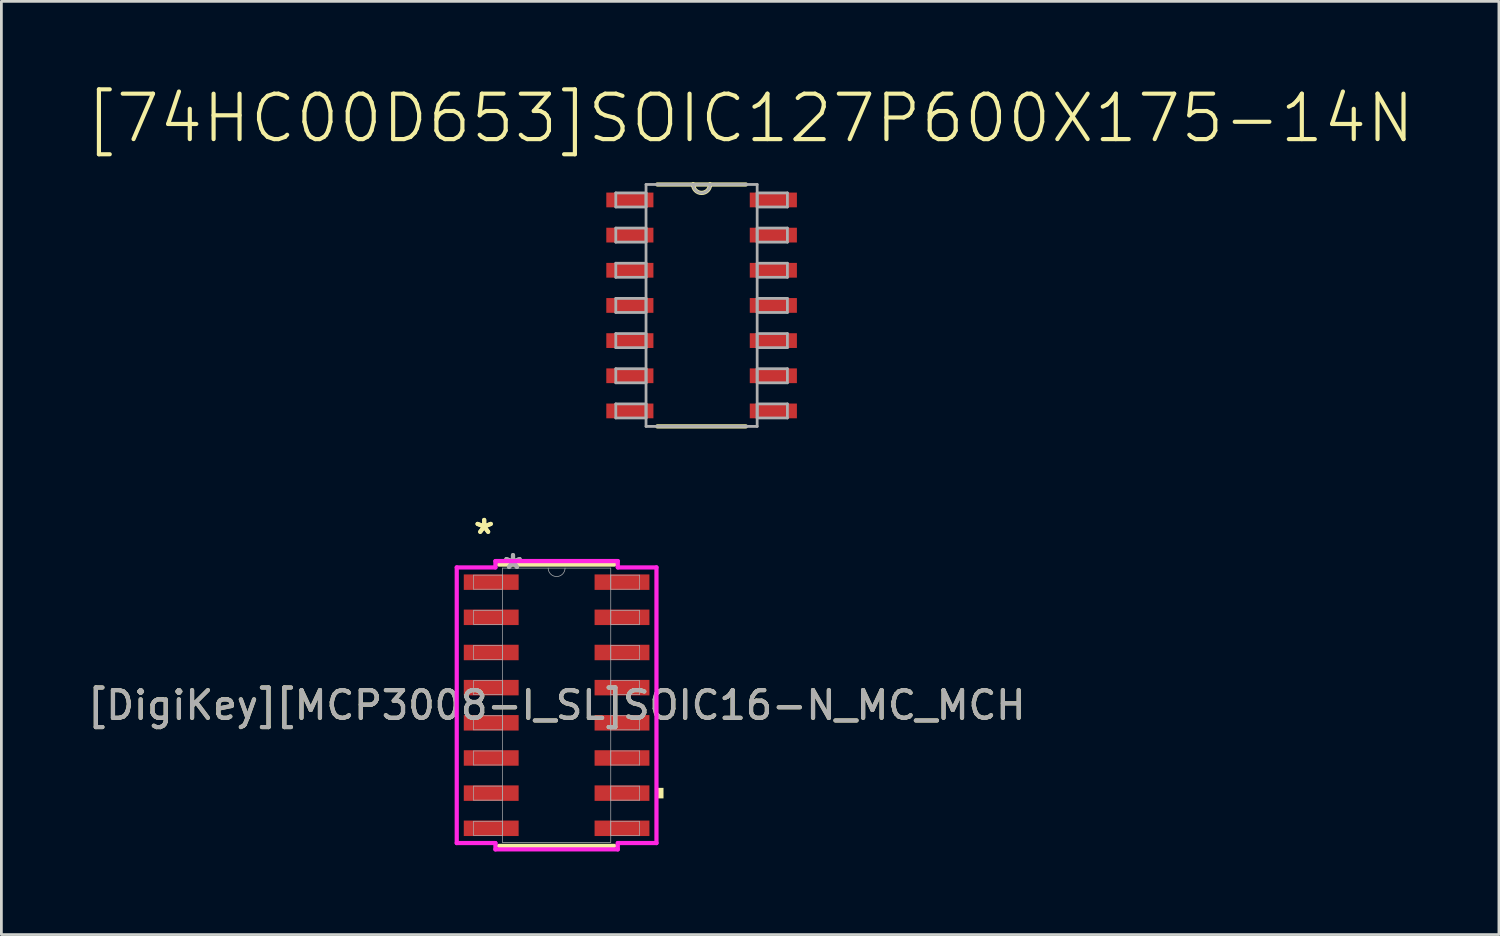
<source format=kicad_pcb>
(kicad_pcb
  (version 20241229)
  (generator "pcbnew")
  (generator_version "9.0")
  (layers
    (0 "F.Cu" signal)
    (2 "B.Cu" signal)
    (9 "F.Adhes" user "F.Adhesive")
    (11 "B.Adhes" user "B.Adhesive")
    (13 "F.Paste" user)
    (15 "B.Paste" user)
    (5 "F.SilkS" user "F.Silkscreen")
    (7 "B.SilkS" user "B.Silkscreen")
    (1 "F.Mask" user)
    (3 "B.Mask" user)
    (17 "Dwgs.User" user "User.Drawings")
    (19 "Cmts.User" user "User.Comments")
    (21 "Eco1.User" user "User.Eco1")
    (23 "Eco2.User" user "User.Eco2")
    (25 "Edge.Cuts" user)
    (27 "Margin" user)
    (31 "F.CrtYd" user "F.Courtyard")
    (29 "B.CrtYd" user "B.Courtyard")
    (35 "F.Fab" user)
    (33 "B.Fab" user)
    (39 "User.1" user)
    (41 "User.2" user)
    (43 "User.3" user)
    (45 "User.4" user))
  (footprint "[74HC00D653]SOIC127P600X175-14N"
    (layer "F.Cu")
    (at 22.291 7.982)
    (property "Reference" "[74HC00D653]SOIC127P600X175-14N" (at 1.753 -6.759 0) (layer "F.SilkS") (effects (font (size 1.641 1.641) (thickness 0.15))))
    (attr smd)
    (fp_line (start -1.6 4.369) (end 1.6 4.369) (stroke (width 0.152) (type solid)) (layer "F.SilkS"))
    (fp_line (start -0.305 -4.369) (end -1.6 -4.369) (stroke (width 0.152) (type solid)) (layer "F.SilkS"))
    (fp_line (start 0.305 -4.369) (end -0.305 -4.369) (stroke (width 0.152) (type solid)) (layer "F.SilkS"))
    (fp_line (start 1.6 -4.369) (end 0.305 -4.369) (stroke (width 0.152) (type solid)) (layer "F.SilkS"))
    (fp_arc (start 0.3048 -4.3688) (mid 0 -4.064) (end -0.3048 -4.3688) (stroke (width 0.1524) (type solid)) (layer "F.SilkS"))
    (fp_line (start -3.099 -4.064) (end -3.099 -3.556) (stroke (width 0.1) (type solid)) (layer "F.Fab"))
    (fp_line (start -3.099 -3.556) (end -2.007 -3.556) (stroke (width 0.1) (type solid)) (layer "F.Fab"))
    (fp_line (start -3.099 -2.794) (end -3.099 -2.286) (stroke (width 0.1) (type solid)) (layer "F.Fab"))
    (fp_line (start -3.099 -2.286) (end -2.007 -2.286) (stroke (width 0.1) (type solid)) (layer "F.Fab"))
    (fp_line (start -3.099 -1.524) (end -3.099 -1.016) (stroke (width 0.1) (type solid)) (layer "F.Fab"))
    (fp_line (start -3.099 -1.016) (end -2.007 -1.016) (stroke (width 0.1) (type solid)) (layer "F.Fab"))
    (fp_line (start -3.099 -0.254) (end -3.099 0.254) (stroke (width 0.1) (type solid)) (layer "F.Fab"))
    (fp_line (start -3.099 0.254) (end -2.007 0.254) (stroke (width 0.1) (type solid)) (layer "F.Fab"))
    (fp_line (start -3.099 1.016) (end -3.099 1.524) (stroke (width 0.1) (type solid)) (layer "F.Fab"))
    (fp_line (start -3.099 1.524) (end -2.007 1.524) (stroke (width 0.1) (type solid)) (layer "F.Fab"))
    (fp_line (start -3.099 2.286) (end -3.099 2.794) (stroke (width 0.1) (type solid)) (layer "F.Fab"))
    (fp_line (start -3.099 2.794) (end -2.007 2.794) (stroke (width 0.1) (type solid)) (layer "F.Fab"))
    (fp_line (start -3.099 3.556) (end -3.099 4.064) (stroke (width 0.1) (type solid)) (layer "F.Fab"))
    (fp_line (start -3.099 4.064) (end -2.007 4.064) (stroke (width 0.1) (type solid)) (layer "F.Fab"))
    (fp_line (start -2.007 -4.369) (end -2.007 4.369) (stroke (width 0.1) (type solid)) (layer "F.Fab"))
    (fp_line (start -2.007 -4.064) (end -3.099 -4.064) (stroke (width 0.1) (type solid)) (layer "F.Fab"))
    (fp_line (start -2.007 -3.556) (end -2.007 -4.064) (stroke (width 0.1) (type solid)) (layer "F.Fab"))
    (fp_line (start -2.007 -2.794) (end -3.099 -2.794) (stroke (width 0.1) (type solid)) (layer "F.Fab"))
    (fp_line (start -2.007 -2.286) (end -2.007 -2.794) (stroke (width 0.1) (type solid)) (layer "F.Fab"))
    (fp_line (start -2.007 -1.524) (end -3.099 -1.524) (stroke (width 0.1) (type solid)) (layer "F.Fab"))
    (fp_line (start -2.007 -1.016) (end -2.007 -1.524) (stroke (width 0.1) (type solid)) (layer "F.Fab"))
    (fp_line (start -2.007 -0.254) (end -3.099 -0.254) (stroke (width 0.1) (type solid)) (layer "F.Fab"))
    (fp_line (start -2.007 0.254) (end -2.007 -0.254) (stroke (width 0.1) (type solid)) (layer "F.Fab"))
    (fp_line (start -2.007 1.016) (end -3.099 1.016) (stroke (width 0.1) (type solid)) (layer "F.Fab"))
    (fp_line (start -2.007 1.524) (end -2.007 1.016) (stroke (width 0.1) (type solid)) (layer "F.Fab"))
    (fp_line (start -2.007 2.286) (end -3.099 2.286) (stroke (width 0.1) (type solid)) (layer "F.Fab"))
    (fp_line (start -2.007 2.794) (end -2.007 2.286) (stroke (width 0.1) (type solid)) (layer "F.Fab"))
    (fp_line (start -2.007 3.556) (end -3.099 3.556) (stroke (width 0.1) (type solid)) (layer "F.Fab"))
    (fp_line (start -2.007 4.064) (end -2.007 3.556) (stroke (width 0.1) (type solid)) (layer "F.Fab"))
    (fp_line (start -2.007 4.369) (end 2.007 4.369) (stroke (width 0.1) (type solid)) (layer "F.Fab"))
    (fp_line (start -0.305 -4.369) (end -2.007 -4.369) (stroke (width 0.1) (type solid)) (layer "F.Fab"))
    (fp_line (start 0.305 -4.369) (end -0.305 -4.369) (stroke (width 0.1) (type solid)) (layer "F.Fab"))
    (fp_line (start 2.007 -4.369) (end 0.305 -4.369) (stroke (width 0.1) (type solid)) (layer "F.Fab"))
    (fp_line (start 2.007 -4.064) (end 2.007 -3.556) (stroke (width 0.1) (type solid)) (layer "F.Fab"))
    (fp_line (start 2.007 -3.556) (end 3.099 -3.556) (stroke (width 0.1) (type solid)) (layer "F.Fab"))
    (fp_line (start 2.007 -2.794) (end 2.007 -2.286) (stroke (width 0.1) (type solid)) (layer "F.Fab"))
    (fp_line (start 2.007 -2.286) (end 3.099 -2.286) (stroke (width 0.1) (type solid)) (layer "F.Fab"))
    (fp_line (start 2.007 -1.524) (end 2.007 -1.016) (stroke (width 0.1) (type solid)) (layer "F.Fab"))
    (fp_line (start 2.007 -1.016) (end 3.099 -1.016) (stroke (width 0.1) (type solid)) (layer "F.Fab"))
    (fp_line (start 2.007 -0.254) (end 2.007 0.254) (stroke (width 0.1) (type solid)) (layer "F.Fab"))
    (fp_line (start 2.007 0.254) (end 3.099 0.254) (stroke (width 0.1) (type solid)) (layer "F.Fab"))
    (fp_line (start 2.007 1.016) (end 2.007 1.524) (stroke (width 0.1) (type solid)) (layer "F.Fab"))
    (fp_line (start 2.007 1.524) (end 3.099 1.524) (stroke (width 0.1) (type solid)) (layer "F.Fab"))
    (fp_line (start 2.007 2.286) (end 2.007 2.794) (stroke (width 0.1) (type solid)) (layer "F.Fab"))
    (fp_line (start 2.007 2.794) (end 3.099 2.794) (stroke (width 0.1) (type solid)) (layer "F.Fab"))
    (fp_line (start 2.007 3.556) (end 2.007 4.064) (stroke (width 0.1) (type solid)) (layer "F.Fab"))
    (fp_line (start 2.007 4.064) (end 3.099 4.064) (stroke (width 0.1) (type solid)) (layer "F.Fab"))
    (fp_line (start 2.007 4.369) (end 2.007 -4.369) (stroke (width 0.1) (type solid)) (layer "F.Fab"))
    (fp_line (start 3.099 -4.064) (end 2.007 -4.064) (stroke (width 0.1) (type solid)) (layer "F.Fab"))
    (fp_line (start 3.099 -3.556) (end 3.099 -4.064) (stroke (width 0.1) (type solid)) (layer "F.Fab"))
    (fp_line (start 3.099 -2.794) (end 2.007 -2.794) (stroke (width 0.1) (type solid)) (layer "F.Fab"))
    (fp_line (start 3.099 -2.286) (end 3.099 -2.794) (stroke (width 0.1) (type solid)) (layer "F.Fab"))
    (fp_line (start 3.099 -1.524) (end 2.007 -1.524) (stroke (width 0.1) (type solid)) (layer "F.Fab"))
    (fp_line (start 3.099 -1.016) (end 3.099 -1.524) (stroke (width 0.1) (type solid)) (layer "F.Fab"))
    (fp_line (start 3.099 -0.254) (end 2.007 -0.254) (stroke (width 0.1) (type solid)) (layer "F.Fab"))
    (fp_line (start 3.099 0.254) (end 3.099 -0.254) (stroke (width 0.1) (type solid)) (layer "F.Fab"))
    (fp_line (start 3.099 1.016) (end 2.007 1.016) (stroke (width 0.1) (type solid)) (layer "F.Fab"))
    (fp_line (start 3.099 1.524) (end 3.099 1.016) (stroke (width 0.1) (type solid)) (layer "F.Fab"))
    (fp_line (start 3.099 2.286) (end 2.007 2.286) (stroke (width 0.1) (type solid)) (layer "F.Fab"))
    (fp_line (start 3.099 2.794) (end 3.099 2.286) (stroke (width 0.1) (type solid)) (layer "F.Fab"))
    (fp_line (start 3.099 3.556) (end 2.007 3.556) (stroke (width 0.1) (type solid)) (layer "F.Fab"))
    (fp_line (start 3.099 4.064) (end 3.099 3.556) (stroke (width 0.1) (type solid)) (layer "F.Fab"))
    (fp_arc (start 0.3048 -4.3688) (mid 0 -4.064) (end -0.3048 -4.3688) (stroke (width 0.1) (type solid)) (layer "F.Fab"))
    (pad "1" smd rect (at -2.591 -3.81) (size 1.702 0.533) (layers "F.Cu" "F.Mask" "F.Paste"))
    (pad "2" smd rect (at -2.591 -2.54) (size 1.702 0.533) (layers "F.Cu" "F.Mask" "F.Paste"))
    (pad "3" smd rect (at -2.591 -1.27) (size 1.702 0.533) (layers "F.Cu" "F.Mask" "F.Paste"))
    (pad "4" smd rect (at -2.591 0) (size 1.702 0.533) (layers "F.Cu" "F.Mask" "F.Paste"))
    (pad "5" smd rect (at -2.591 1.27) (size 1.702 0.533) (layers "F.Cu" "F.Mask" "F.Paste"))
    (pad "6" smd rect (at -2.591 2.54) (size 1.702 0.533) (layers "F.Cu" "F.Mask" "F.Paste"))
    (pad "7" smd rect (at -2.591 3.81) (size 1.702 0.533) (layers "F.Cu" "F.Mask" "F.Paste"))
    (pad "8" smd rect (at 2.591 3.81) (size 1.702 0.533) (layers "F.Cu" "F.Mask" "F.Paste"))
    (pad "9" smd rect (at 2.591 2.54) (size 1.702 0.533) (layers "F.Cu" "F.Mask" "F.Paste"))
    (pad "10" smd rect (at 2.591 1.27) (size 1.702 0.533) (layers "F.Cu" "F.Mask" "F.Paste"))
    (pad "11" smd rect (at 2.591 0) (size 1.702 0.533) (layers "F.Cu" "F.Mask" "F.Paste"))
    (pad "12" smd rect (at 2.591 -1.27) (size 1.702 0.533) (layers "F.Cu" "F.Mask" "F.Paste"))
    (pad "13" smd rect (at 2.591 -2.54) (size 1.702 0.533) (layers "F.Cu" "F.Mask" "F.Paste"))
    (pad "14" smd rect (at 2.591 -3.81) (size 1.702 0.533) (layers "F.Cu" "F.Mask" "F.Paste")))
  (footprint "[DigiKey][MCP3008-I_SL]SOIC16-N_MC_MCH"
    (layer "F.Cu")
    (at 17.054 22.422)
    (property "Reference" "[DigiKey][MCP3008-I_SL]SOIC16-N_MC_MCH" (at 0 0 0) (unlocked yes) (layer "F.SilkS") (effects (font (size 1 1) (thickness 0.15))))
    (attr smd)
    (fp_line (start -2.083 5.08) (end 2.083 5.08) (stroke (width 0.152) (type solid)) (layer "F.SilkS"))
    (fp_line (start 2.083 -5.08) (end -2.083 -5.08) (stroke (width 0.152) (type solid)) (layer "F.SilkS"))
    (fp_poly (pts (xy 3.861 2.985) (xy 3.861 3.365) (xy 3.607 3.365) (xy 3.607 2.985)) (stroke (width 0) (type solid)) (fill yes) (layer "F.SilkS"))
    (fp_line (start -3.607 -4.978) (end -2.21 -4.978) (stroke (width 0.152) (type solid)) (layer "F.CrtYd"))
    (fp_line (start -3.607 4.978) (end -3.607 -4.978) (stroke (width 0.152) (type solid)) (layer "F.CrtYd"))
    (fp_line (start -3.607 4.978) (end -2.21 4.978) (stroke (width 0.152) (type solid)) (layer "F.CrtYd"))
    (fp_line (start -2.21 -5.207) (end 2.21 -5.207) (stroke (width 0.152) (type solid)) (layer "F.CrtYd"))
    (fp_line (start -2.21 -4.978) (end -2.21 -5.207) (stroke (width 0.152) (type solid)) (layer "F.CrtYd"))
    (fp_line (start -2.21 5.207) (end -2.21 4.978) (stroke (width 0.152) (type solid)) (layer "F.CrtYd"))
    (fp_line (start 2.21 -5.207) (end 2.21 -4.978) (stroke (width 0.152) (type solid)) (layer "F.CrtYd"))
    (fp_line (start 2.21 4.978) (end 2.21 5.207) (stroke (width 0.152) (type solid)) (layer "F.CrtYd"))
    (fp_line (start 2.21 5.207) (end -2.21 5.207) (stroke (width 0.152) (type solid)) (layer "F.CrtYd"))
    (fp_line (start 3.607 -4.978) (end 2.21 -4.978) (stroke (width 0.152) (type solid)) (layer "F.CrtYd"))
    (fp_line (start 3.607 -4.978) (end 3.607 4.978) (stroke (width 0.152) (type solid)) (layer "F.CrtYd"))
    (fp_line (start 3.607 4.978) (end 2.21 4.978) (stroke (width 0.152) (type solid)) (layer "F.CrtYd"))
    (fp_line (start -2.997 -4.699) (end -2.997 -4.191) (stroke (width 0.025) (type solid)) (layer "F.Fab"))
    (fp_line (start -2.997 -4.191) (end -1.956 -4.191) (stroke (width 0.025) (type solid)) (layer "F.Fab"))
    (fp_line (start -2.997 -3.429) (end -2.997 -2.921) (stroke (width 0.025) (type solid)) (layer "F.Fab"))
    (fp_line (start -2.997 -2.921) (end -1.956 -2.921) (stroke (width 0.025) (type solid)) (layer "F.Fab"))
    (fp_line (start -2.997 -2.159) (end -2.997 -1.651) (stroke (width 0.025) (type solid)) (layer "F.Fab"))
    (fp_line (start -2.997 -1.651) (end -1.956 -1.651) (stroke (width 0.025) (type solid)) (layer "F.Fab"))
    (fp_line (start -2.997 -0.889) (end -2.997 -0.381) (stroke (width 0.025) (type solid)) (layer "F.Fab"))
    (fp_line (start -2.997 -0.381) (end -1.956 -0.381) (stroke (width 0.025) (type solid)) (layer "F.Fab"))
    (fp_line (start -2.997 0.381) (end -2.997 0.889) (stroke (width 0.025) (type solid)) (layer "F.Fab"))
    (fp_line (start -2.997 0.889) (end -1.956 0.889) (stroke (width 0.025) (type solid)) (layer "F.Fab"))
    (fp_line (start -2.997 1.651) (end -2.997 2.159) (stroke (width 0.025) (type solid)) (layer "F.Fab"))
    (fp_line (start -2.997 2.159) (end -1.956 2.159) (stroke (width 0.025) (type solid)) (layer "F.Fab"))
    (fp_line (start -2.997 2.921) (end -2.997 3.429) (stroke (width 0.025) (type solid)) (layer "F.Fab"))
    (fp_line (start -2.997 3.429) (end -1.956 3.429) (stroke (width 0.025) (type solid)) (layer "F.Fab"))
    (fp_line (start -2.997 4.191) (end -2.997 4.699) (stroke (width 0.025) (type solid)) (layer "F.Fab"))
    (fp_line (start -2.997 4.699) (end -1.956 4.699) (stroke (width 0.025) (type solid)) (layer "F.Fab"))
    (fp_line (start -1.956 -4.953) (end -1.956 4.953) (stroke (width 0.025) (type solid)) (layer "F.Fab"))
    (fp_line (start -1.956 -4.699) (end -2.997 -4.699) (stroke (width 0.025) (type solid)) (layer "F.Fab"))
    (fp_line (start -1.956 -4.191) (end -1.956 -4.699) (stroke (width 0.025) (type solid)) (layer "F.Fab"))
    (fp_line (start -1.956 -3.429) (end -2.997 -3.429) (stroke (width 0.025) (type solid)) (layer "F.Fab"))
    (fp_line (start -1.956 -2.921) (end -1.956 -3.429) (stroke (width 0.025) (type solid)) (layer "F.Fab"))
    (fp_line (start -1.956 -2.159) (end -2.997 -2.159) (stroke (width 0.025) (type solid)) (layer "F.Fab"))
    (fp_line (start -1.956 -1.651) (end -1.956 -2.159) (stroke (width 0.025) (type solid)) (layer "F.Fab"))
    (fp_line (start -1.956 -0.889) (end -2.997 -0.889) (stroke (width 0.025) (type solid)) (layer "F.Fab"))
    (fp_line (start -1.956 -0.381) (end -1.956 -0.889) (stroke (width 0.025) (type solid)) (layer "F.Fab"))
    (fp_line (start -1.956 0.381) (end -2.997 0.381) (stroke (width 0.025) (type solid)) (layer "F.Fab"))
    (fp_line (start -1.956 0.889) (end -1.956 0.381) (stroke (width 0.025) (type solid)) (layer "F.Fab"))
    (fp_line (start -1.956 1.651) (end -2.997 1.651) (stroke (width 0.025) (type solid)) (layer "F.Fab"))
    (fp_line (start -1.956 2.159) (end -1.956 1.651) (stroke (width 0.025) (type solid)) (layer "F.Fab"))
    (fp_line (start -1.956 2.921) (end -2.997 2.921) (stroke (width 0.025) (type solid)) (layer "F.Fab"))
    (fp_line (start -1.956 3.429) (end -1.956 2.921) (stroke (width 0.025) (type solid)) (layer "F.Fab"))
    (fp_line (start -1.956 4.191) (end -2.997 4.191) (stroke (width 0.025) (type solid)) (layer "F.Fab"))
    (fp_line (start -1.956 4.699) (end -1.956 4.191) (stroke (width 0.025) (type solid)) (layer "F.Fab"))
    (fp_line (start -1.956 4.953) (end 1.956 4.953) (stroke (width 0.025) (type solid)) (layer "F.Fab"))
    (fp_line (start 1.956 -4.953) (end -1.956 -4.953) (stroke (width 0.025) (type solid)) (layer "F.Fab"))
    (fp_line (start 1.956 -4.699) (end 1.956 -4.191) (stroke (width 0.025) (type solid)) (layer "F.Fab"))
    (fp_line (start 1.956 -4.191) (end 2.997 -4.191) (stroke (width 0.025) (type solid)) (layer "F.Fab"))
    (fp_line (start 1.956 -3.429) (end 1.956 -2.921) (stroke (width 0.025) (type solid)) (layer "F.Fab"))
    (fp_line (start 1.956 -2.921) (end 2.997 -2.921) (stroke (width 0.025) (type solid)) (layer "F.Fab"))
    (fp_line (start 1.956 -2.159) (end 1.956 -1.651) (stroke (width 0.025) (type solid)) (layer "F.Fab"))
    (fp_line (start 1.956 -1.651) (end 2.997 -1.651) (stroke (width 0.025) (type solid)) (layer "F.Fab"))
    (fp_line (start 1.956 -0.889) (end 1.956 -0.381) (stroke (width 0.025) (type solid)) (layer "F.Fab"))
    (fp_line (start 1.956 -0.381) (end 2.997 -0.381) (stroke (width 0.025) (type solid)) (layer "F.Fab"))
    (fp_line (start 1.956 0.381) (end 1.956 0.889) (stroke (width 0.025) (type solid)) (layer "F.Fab"))
    (fp_line (start 1.956 0.889) (end 2.997 0.889) (stroke (width 0.025) (type solid)) (layer "F.Fab"))
    (fp_line (start 1.956 1.651) (end 1.956 2.159) (stroke (width 0.025) (type solid)) (layer "F.Fab"))
    (fp_line (start 1.956 2.159) (end 2.997 2.159) (stroke (width 0.025) (type solid)) (layer "F.Fab"))
    (fp_line (start 1.956 2.921) (end 1.956 3.429) (stroke (width 0.025) (type solid)) (layer "F.Fab"))
    (fp_line (start 1.956 3.429) (end 2.997 3.429) (stroke (width 0.025) (type solid)) (layer "F.Fab"))
    (fp_line (start 1.956 4.191) (end 1.956 4.699) (stroke (width 0.025) (type solid)) (layer "F.Fab"))
    (fp_line (start 1.956 4.699) (end 2.997 4.699) (stroke (width 0.025) (type solid)) (layer "F.Fab"))
    (fp_line (start 1.956 4.953) (end 1.956 -4.953) (stroke (width 0.025) (type solid)) (layer "F.Fab"))
    (fp_line (start 2.997 -4.699) (end 1.956 -4.699) (stroke (width 0.025) (type solid)) (layer "F.Fab"))
    (fp_line (start 2.997 -4.191) (end 2.997 -4.699) (stroke (width 0.025) (type solid)) (layer "F.Fab"))
    (fp_line (start 2.997 -3.429) (end 1.956 -3.429) (stroke (width 0.025) (type solid)) (layer "F.Fab"))
    (fp_line (start 2.997 -2.921) (end 2.997 -3.429) (stroke (width 0.025) (type solid)) (layer "F.Fab"))
    (fp_line (start 2.997 -2.159) (end 1.956 -2.159) (stroke (width 0.025) (type solid)) (layer "F.Fab"))
    (fp_line (start 2.997 -1.651) (end 2.997 -2.159) (stroke (width 0.025) (type solid)) (layer "F.Fab"))
    (fp_line (start 2.997 -0.889) (end 1.956 -0.889) (stroke (width 0.025) (type solid)) (layer "F.Fab"))
    (fp_line (start 2.997 -0.381) (end 2.997 -0.889) (stroke (width 0.025) (type solid)) (layer "F.Fab"))
    (fp_line (start 2.997 0.381) (end 1.956 0.381) (stroke (width 0.025) (type solid)) (layer "F.Fab"))
    (fp_line (start 2.997 0.889) (end 2.997 0.381) (stroke (width 0.025) (type solid)) (layer "F.Fab"))
    (fp_line (start 2.997 1.651) (end 1.956 1.651) (stroke (width 0.025) (type solid)) (layer "F.Fab"))
    (fp_line (start 2.997 2.159) (end 2.997 1.651) (stroke (width 0.025) (type solid)) (layer "F.Fab"))
    (fp_line (start 2.997 2.921) (end 1.956 2.921) (stroke (width 0.025) (type solid)) (layer "F.Fab"))
    (fp_line (start 2.997 3.429) (end 2.997 2.921) (stroke (width 0.025) (type solid)) (layer "F.Fab"))
    (fp_line (start 2.997 4.191) (end 1.956 4.191) (stroke (width 0.025) (type solid)) (layer "F.Fab"))
    (fp_line (start 2.997 4.699) (end 2.997 4.191) (stroke (width 0.025) (type solid)) (layer "F.Fab"))
    (fp_arc (start 0.3048 -4.953) (mid 0 -4.6482) (end -0.3048 -4.953) (stroke (width 0.0254) (type solid)) (layer "F.Fab"))
    (fp_text user "*" (at -2.616 -6.147 0) (unlocked yes) (layer "F.SilkS") (effects (font (size 1 1) (thickness 0.15))))
    (fp_text user "*" (at -2.616 -6.147 0) (layer "F.SilkS") (effects (font (size 1 1) (thickness 0.15))))
    (fp_text user "*" (at -1.575 -4.877 0) (unlocked yes) (layer "F.Fab") (effects (font (size 1 1) (thickness 0.15))))
    (fp_text user "${REFERENCE}" (at 0 0 0) (unlocked yes) (layer "F.Fab") (effects (font (size 1 1) (thickness 0.15))))
    (fp_text user "*" (at -1.575 -4.877 0) (layer "F.Fab") (effects (font (size 1 1) (thickness 0.15))))
    (pad "1" smd rect (at -2.362 -4.445) (size 1.981 0.559) (layers "F.Cu" "F.Mask" "F.Paste"))
    (pad "2" smd rect (at -2.362 -3.175) (size 1.981 0.559) (layers "F.Cu" "F.Mask" "F.Paste"))
    (pad "3" smd rect (at -2.362 -1.905) (size 1.981 0.559) (layers "F.Cu" "F.Mask" "F.Paste"))
    (pad "4" smd rect (at -2.362 -0.635) (size 1.981 0.559) (layers "F.Cu" "F.Mask" "F.Paste"))
    (pad "5" smd rect (at -2.362 0.635) (size 1.981 0.559) (layers "F.Cu" "F.Mask" "F.Paste"))
    (pad "6" smd rect (at -2.362 1.905) (size 1.981 0.559) (layers "F.Cu" "F.Mask" "F.Paste"))
    (pad "7" smd rect (at -2.362 3.175) (size 1.981 0.559) (layers "F.Cu" "F.Mask" "F.Paste"))
    (pad "8" smd rect (at -2.362 4.445) (size 1.981 0.559) (layers "F.Cu" "F.Mask" "F.Paste"))
    (pad "9" smd rect (at 2.362 4.445) (size 1.981 0.559) (layers "F.Cu" "F.Mask" "F.Paste"))
    (pad "10" smd rect (at 2.362 3.175) (size 1.981 0.559) (layers "F.Cu" "F.Mask" "F.Paste"))
    (pad "11" smd rect (at 2.362 1.905) (size 1.981 0.559) (layers "F.Cu" "F.Mask" "F.Paste"))
    (pad "12" smd rect (at 2.362 0.635) (size 1.981 0.559) (layers "F.Cu" "F.Mask" "F.Paste"))
    (pad "13" smd rect (at 2.362 -0.635) (size 1.981 0.559) (layers "F.Cu" "F.Mask" "F.Paste"))
    (pad "14" smd rect (at 2.362 -1.905) (size 1.981 0.559) (layers "F.Cu" "F.Mask" "F.Paste"))
    (pad "15" smd rect (at 2.362 -3.175) (size 1.981 0.559) (layers "F.Cu" "F.Mask" "F.Paste"))
    (pad "16" smd rect (at 2.362 -4.445) (size 1.981 0.559) (layers "F.Cu" "F.Mask" "F.Paste")))
  (gr_rect
    (start -3 -3)
    (end 51.089 30.705)
    (stroke (width 0.1) (type default))
    (fill no)
    (layer "Edge.Cuts")))
</source>
